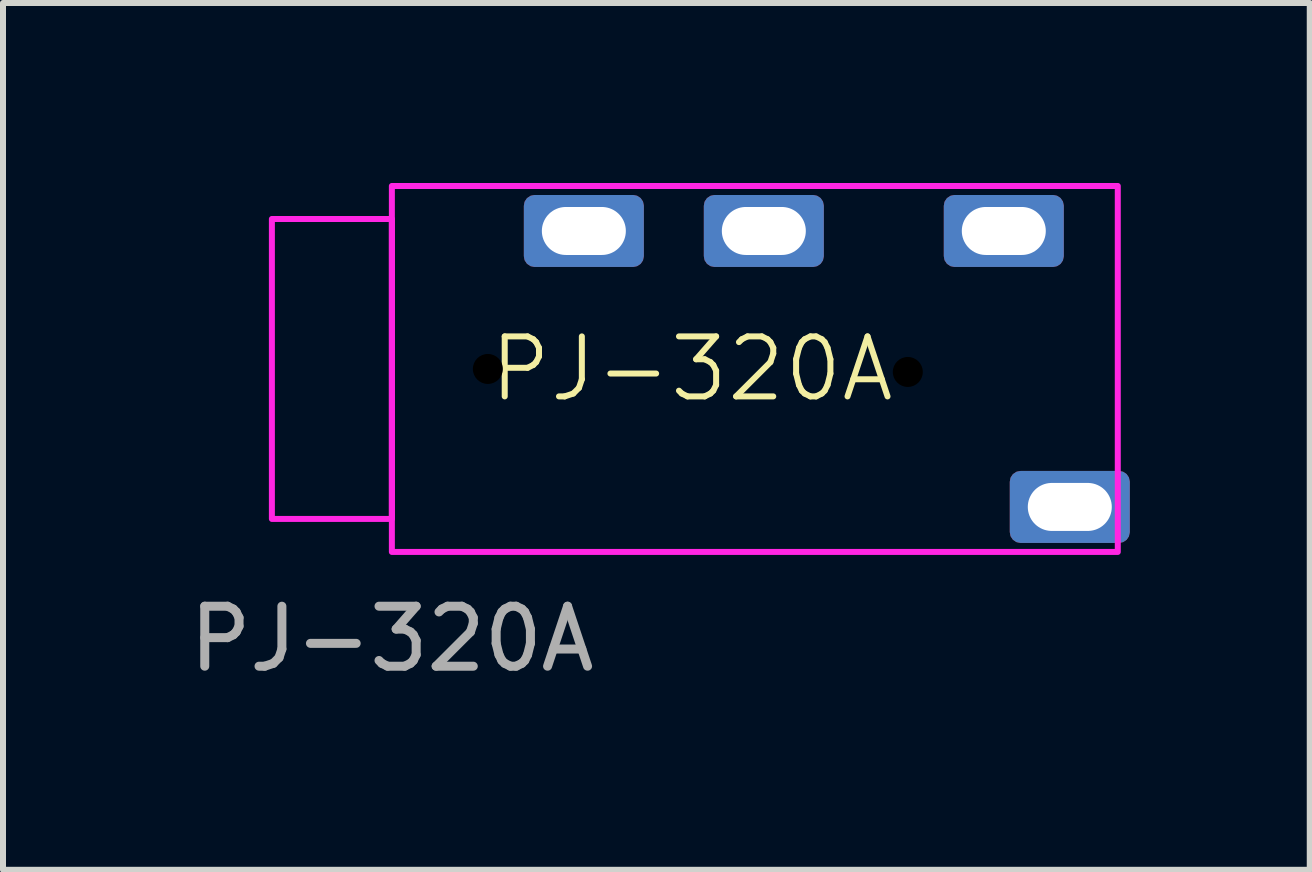
<source format=kicad_pcb>
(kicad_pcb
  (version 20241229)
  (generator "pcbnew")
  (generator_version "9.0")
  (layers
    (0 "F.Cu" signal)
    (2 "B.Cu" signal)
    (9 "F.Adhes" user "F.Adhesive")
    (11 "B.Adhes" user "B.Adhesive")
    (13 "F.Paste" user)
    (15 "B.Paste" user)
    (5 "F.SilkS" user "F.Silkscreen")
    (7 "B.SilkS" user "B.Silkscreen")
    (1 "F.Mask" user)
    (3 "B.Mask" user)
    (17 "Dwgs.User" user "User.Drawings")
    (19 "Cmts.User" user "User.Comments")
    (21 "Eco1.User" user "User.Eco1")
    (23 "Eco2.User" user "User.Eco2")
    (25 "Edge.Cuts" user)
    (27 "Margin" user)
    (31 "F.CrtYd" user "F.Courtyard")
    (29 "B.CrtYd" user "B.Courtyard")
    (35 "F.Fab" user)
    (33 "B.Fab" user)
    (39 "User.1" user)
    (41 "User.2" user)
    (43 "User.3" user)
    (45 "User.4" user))
  (footprint "PJ-320A"
    (layer "F.Cu")
    (at 3.482 3.1)
    (property "Reference" "PJ-320A" (at 5 0 0) (unlocked yes) (layer "F.SilkS") (effects (font (size 1 1) (thickness 0.1))))
    (attr through_hole)
    (fp_rect (start -2 -2.5) (end 0 2.5) (stroke (width 0.1) (type solid)) (fill no) (layer "F.CrtYd"))
    (fp_rect (start 0 -3.05) (end 12.1 3.05) (stroke (width 0.1) (type solid)) (fill no) (layer "F.CrtYd"))
    (fp_text user "${REFERENCE}" (at 0 4.5 0) (unlocked yes) (layer "F.Fab") (effects (font (size 1 1) (thickness 0.15))))
    (pad "" np_thru_hole circle (at 1.6 0) (size 0.5 0.5) (drill 1.5) (layers "*.Mask"))
    (pad "" np_thru_hole circle (at 8.6 0.05) (size 0.5 0.5) (drill 1.5) (layers "*.Mask"))
    (pad "R1" thru_hole roundrect (at 6.2 -2.3) (size 2 1.2) (drill oval 1.4 0.8) (layers "*.Cu" "*.Mask") (roundrect_rratio 0.15))
    (pad "R2" thru_hole roundrect (at 3.2 -2.3) (size 2 1.2) (drill oval 1.4 0.8) (layers "*.Cu" "*.Mask") (roundrect_rratio 0.15))
    (pad "S" thru_hole roundrect (at 11.3 2.3) (size 2 1.2) (drill oval 1.4 0.8) (layers "*.Cu" "*.Mask") (roundrect_rratio 0.15))
    (pad "T" thru_hole roundrect (at 10.2 -2.3) (size 2 1.2) (drill oval 1.4 0.8) (layers "*.Cu" "*.Mask") (roundrect_rratio 0.15)))
  (gr_rect
    (start -3 -3)
    (end 18.782 11.448)
    (stroke (width 0.1) (type default))
    (fill no)
    (layer "Edge.Cuts")))
</source>
